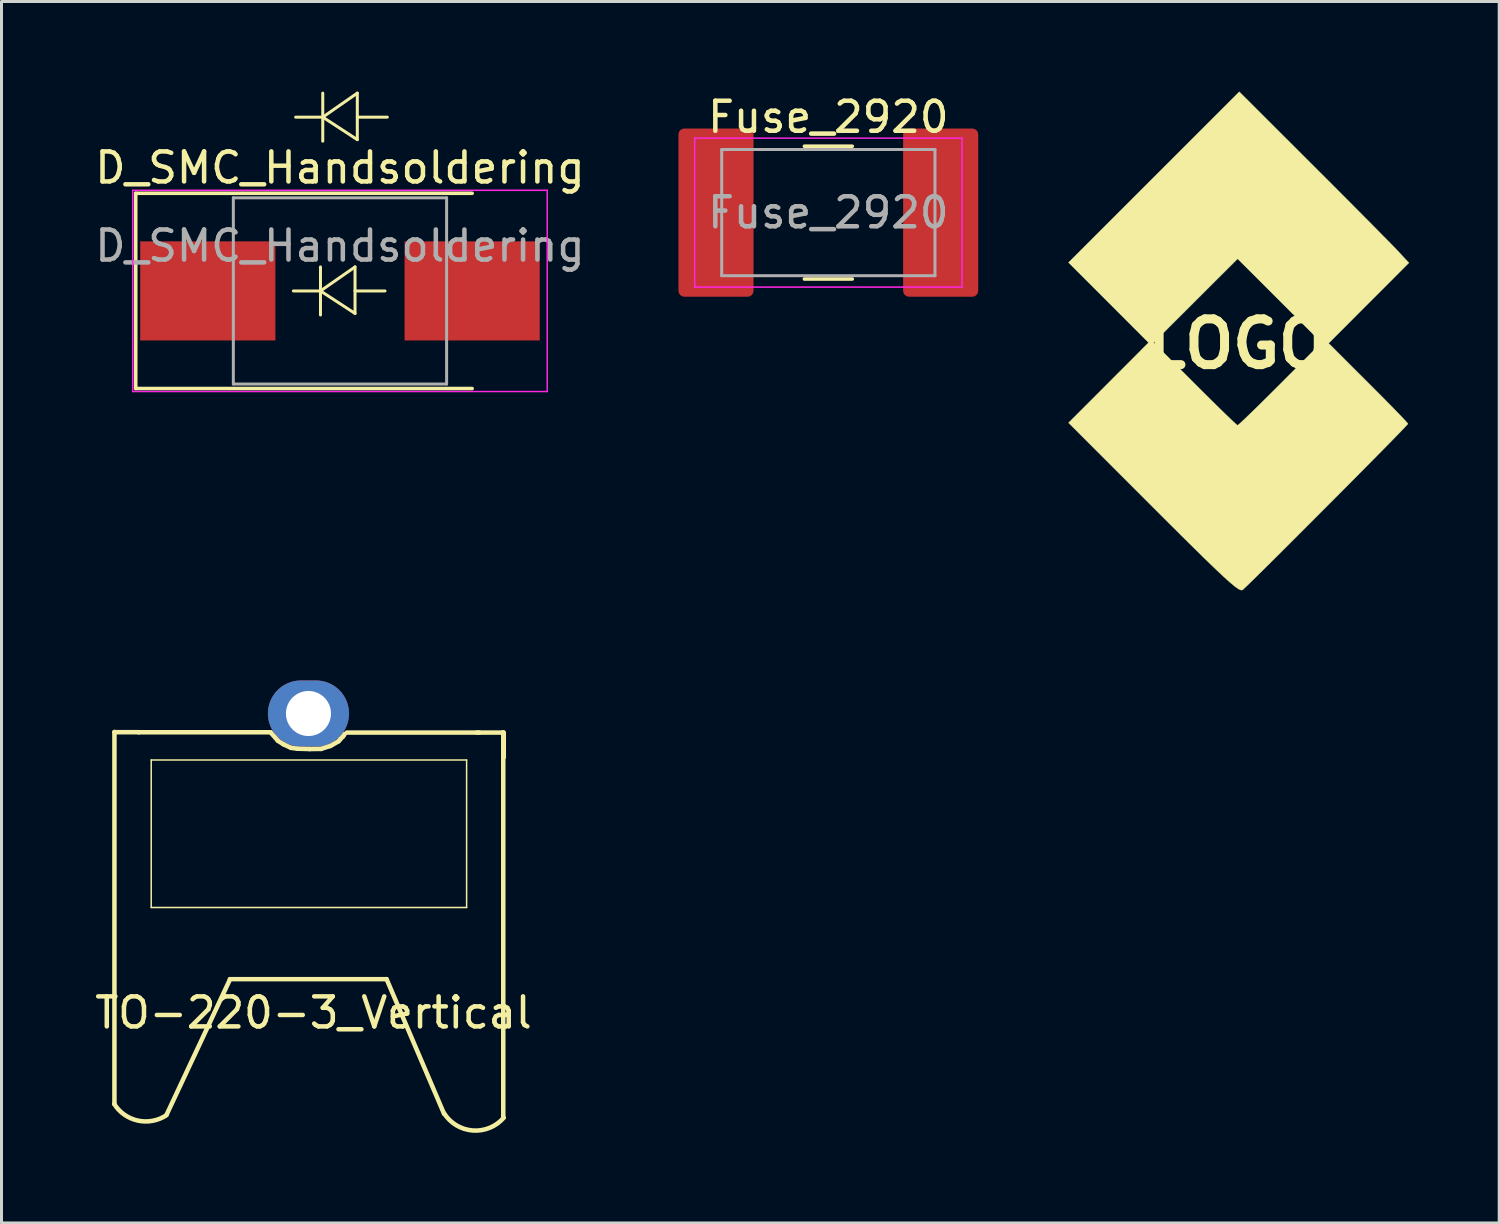
<source format=kicad_pcb>
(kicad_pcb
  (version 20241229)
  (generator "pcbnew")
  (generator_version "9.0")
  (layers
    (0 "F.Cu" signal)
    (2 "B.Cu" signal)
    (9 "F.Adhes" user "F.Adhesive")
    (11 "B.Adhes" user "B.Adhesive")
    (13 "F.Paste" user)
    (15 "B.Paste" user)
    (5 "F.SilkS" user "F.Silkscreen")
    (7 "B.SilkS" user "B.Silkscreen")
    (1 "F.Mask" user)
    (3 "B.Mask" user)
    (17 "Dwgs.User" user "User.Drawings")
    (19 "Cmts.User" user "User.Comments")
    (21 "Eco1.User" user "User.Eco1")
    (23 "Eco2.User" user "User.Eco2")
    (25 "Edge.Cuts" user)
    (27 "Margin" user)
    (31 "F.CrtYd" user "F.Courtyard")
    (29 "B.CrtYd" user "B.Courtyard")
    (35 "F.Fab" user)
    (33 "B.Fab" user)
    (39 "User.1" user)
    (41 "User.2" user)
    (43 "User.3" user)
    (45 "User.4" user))
  (footprint "TO-220-3_Vertical"
    (layer "F.Cu")
    (at 7.229 25.656)
    (property "Reference" "TO-220-3_Vertical" (at 0.157 5.009 0) (layer "F.SilkS") (effects (font (size 1 1) (thickness 0.15))))
    (attr through_hole)
    (fp_line (start -6.469 8.047) (end -6.469 -4.339) (stroke (width 0.15) (type solid)) (layer "F.SilkS"))
    (fp_line (start -5.664 -4.328) (end -1.275 -4.328) (stroke (width 0.15) (type solid)) (layer "F.SilkS"))
    (fp_line (start -5.654 -4.331) (end -6.472 -4.331) (stroke (width 0.15) (type solid)) (layer "F.SilkS"))
    (fp_line (start -5.245 -3.405) (end -5.245 1.505) (stroke (width 0.05) (type solid)) (layer "F.SilkS"))
    (fp_line (start -5.245 1.505) (end 5.255 1.505) (stroke (width 0.05) (type solid)) (layer "F.SilkS"))
    (fp_line (start -4.735 8.407) (end -2.621 3.896) (stroke (width 0.15) (type solid)) (layer "F.SilkS"))
    (fp_line (start -1.275 -4.328) (end -1.026 -4.044) (stroke (width 0.15) (type solid)) (layer "F.SilkS"))
    (fp_line (start -1.026 -4.044) (end -0.843 -3.927) (stroke (width 0.15) (type solid)) (layer "F.SilkS"))
    (fp_line (start -0.843 -3.927) (end -0.594 -3.81) (stroke (width 0.15) (type solid)) (layer "F.SilkS"))
    (fp_line (start -0.594 -3.81) (end -0.376 -3.78) (stroke (width 0.15) (type solid)) (layer "F.SilkS"))
    (fp_line (start -0.376 -3.78) (end 0.025 -3.769) (stroke (width 0.15) (type solid)) (layer "F.SilkS"))
    (fp_line (start 0.025 -3.769) (end 0.411 -3.774) (stroke (width 0.15) (type solid)) (layer "F.SilkS"))
    (fp_line (start 0.411 -3.774) (end 0.711 -3.871) (stroke (width 0.15) (type solid)) (layer "F.SilkS"))
    (fp_line (start 0.721 -3.871) (end 0.991 -4.028) (stroke (width 0.15) (type solid)) (layer "F.SilkS"))
    (fp_line (start 0.991 -4.028) (end 1.052 -4.1) (stroke (width 0.15) (type solid)) (layer "F.SilkS"))
    (fp_line (start 1.052 -4.1) (end 1.143 -4.191) (stroke (width 0.15) (type solid)) (layer "F.SilkS"))
    (fp_line (start 1.143 -4.191) (end 1.194 -4.267) (stroke (width 0.15) (type solid)) (layer "F.SilkS"))
    (fp_line (start 2.591 3.891) (end -2.626 3.891) (stroke (width 0.15) (type solid)) (layer "F.SilkS"))
    (fp_line (start 4.506 8.377) (end 2.591 3.891) (stroke (width 0.15) (type solid)) (layer "F.SilkS"))
    (fp_line (start 5.255 -3.405) (end -5.245 -3.405) (stroke (width 0.05) (type solid)) (layer "F.SilkS"))
    (fp_line (start 5.255 1.505) (end 5.255 -3.405) (stroke (width 0.05) (type solid)) (layer "F.SilkS"))
    (fp_line (start 5.598 -4.318) (end 6.482 -4.318) (stroke (width 0.15) (type solid)) (layer "F.SilkS"))
    (fp_line (start 5.674 -4.318) (end 1.265 -4.318) (stroke (width 0.15) (type solid)) (layer "F.SilkS"))
    (fp_line (start 6.458 -4.318) (end 6.448 -4.308) (stroke (width 0.15) (type solid)) (layer "F.SilkS"))
    (fp_line (start 6.475 -4.321) (end 6.475 8.504) (stroke (width 0.15) (type solid)) (layer "F.SilkS"))
    (fp_line (start 6.492 -3.495) (end 6.492 -4.313) (stroke (width 0.15) (type solid)) (layer "F.SilkS"))
    (fp_arc (start -4.740167 8.421843) (mid -5.687587 8.600069) (end -6.477 8.04672) (stroke (width 0.15) (type solid)) (layer "F.SilkS"))
    (fp_arc (start 6.491643 8.503404) (mid 5.457977 8.929257) (end 4.50088 8.35152) (stroke (width 0.15) (type solid)) (layer "F.SilkS"))
    (pad "2" thru_hole oval (at -0.01 -4.953) (size 2.7 2.2) (drill 1.5) (layers "*.Cu" "*.Mask")))
  (footprint "D_SMC_Handsoldering"
    (layer "F.Cu")
    (at 8.268 6.635)
    (property "Reference" "D_SMC_Handsoldering" (at 0 -4.1 0) (layer "F.SilkS") (effects (font (size 1 1) (thickness 0.15))))
    (attr smd)
    (fp_line (start -6.8 -3.25) (end 4.4 -3.25) (stroke (width 0.12) (type solid)) (layer "F.SilkS"))
    (fp_line (start -6.8 3.25) (end -6.8 -3.25) (stroke (width 0.12) (type solid)) (layer "F.SilkS"))
    (fp_line (start -6.8 3.25) (end 4.4 3.25) (stroke (width 0.12) (type solid)) (layer "F.SilkS"))
    (fp_line (start -0.649 -0.799) (end -0.649 0.801) (stroke (width 0.1) (type solid)) (layer "F.SilkS"))
    (fp_line (start -0.649 0.001) (end -1.551 0.001) (stroke (width 0.1) (type solid)) (layer "F.SilkS"))
    (fp_line (start -0.649 0.001) (end 0.501 -0.799) (stroke (width 0.1) (type solid)) (layer "F.SilkS"))
    (fp_line (start -0.649 0.001) (end 0.501 0.75) (stroke (width 0.1) (type solid)) (layer "F.SilkS"))
    (fp_line (start -0.573 -6.585) (end -0.573 -4.985) (stroke (width 0.1) (type solid)) (layer "F.SilkS"))
    (fp_line (start -0.573 -5.785) (end -1.475 -5.785) (stroke (width 0.1) (type solid)) (layer "F.SilkS"))
    (fp_line (start -0.573 -5.785) (end 0.577 -6.585) (stroke (width 0.1) (type solid)) (layer "F.SilkS"))
    (fp_line (start -0.573 -5.785) (end 0.577 -5.036) (stroke (width 0.1) (type solid)) (layer "F.SilkS"))
    (fp_line (start 0.501 0.001) (end 1.499 0.001) (stroke (width 0.1) (type solid)) (layer "F.SilkS"))
    (fp_line (start 0.501 0.75) (end 0.501 -0.799) (stroke (width 0.1) (type solid)) (layer "F.SilkS"))
    (fp_line (start 0.577 -5.785) (end 1.576 -5.785) (stroke (width 0.1) (type solid)) (layer "F.SilkS"))
    (fp_line (start 0.577 -5.036) (end 0.577 -6.585) (stroke (width 0.1) (type solid)) (layer "F.SilkS"))
    (fp_line (start -6.9 -3.35) (end 6.9 -3.35) (stroke (width 0.05) (type solid)) (layer "F.CrtYd"))
    (fp_line (start -6.9 3.35) (end -6.9 -3.35) (stroke (width 0.05) (type solid)) (layer "F.CrtYd"))
    (fp_line (start 6.9 -3.35) (end 6.9 3.35) (stroke (width 0.05) (type solid)) (layer "F.CrtYd"))
    (fp_line (start 6.9 3.35) (end -6.9 3.35) (stroke (width 0.05) (type solid)) (layer "F.CrtYd"))
    (fp_line (start -3.55 3.1) (end -3.55 -3.1) (stroke (width 0.1) (type solid)) (layer "F.Fab"))
    (fp_line (start 3.55 -3.1) (end -3.55 -3.1) (stroke (width 0.1) (type solid)) (layer "F.Fab"))
    (fp_line (start 3.55 -3.1) (end 3.55 3.1) (stroke (width 0.1) (type solid)) (layer "F.Fab"))
    (fp_line (start 3.55 3.1) (end -3.55 3.1) (stroke (width 0.1) (type solid)) (layer "F.Fab"))
    (fp_text user "${REFERENCE}" (at 0 -1.5 0) (layer "F.Fab") (effects (font (size 1 1) (thickness 0.15))))
    (pad "1" smd rect (at -4.4 0 90) (size 3.3 4.5) (layers "F.Cu" "F.Mask" "F.Paste"))
    (pad "2" smd rect (at 4.4 0 90) (size 3.3 4.5) (layers "F.Cu" "F.Mask" "F.Paste")))
  (footprint "LOGO"
    (layer "F.Cu")
    (at 38.151 8.4)
    (property "Reference" "LOGO" (at 0 0 0) (layer "F.SilkS") (effects (font (size 1.524 1.524) (thickness 0.3))))
    (attr through_hole)
    (fp_poly (pts (xy 2.482 -5.973) (xy 3.028 -5.428) (xy 3.551 -4.904) (xy 4.035 -4.417) (xy 4.466 -3.983) (xy 4.827 -3.617) (xy 5.104 -3.336) (xy 5.28 -3.154) (xy 5.306 -3.126) (xy 5.704 -2.7) (xy 3.03 -0.022) (xy 4.351 1.297) (xy 4.735 1.682) (xy 5.076 2.026) (xy 5.355 2.313) (xy 5.556 2.524) (xy 5.661 2.641) (xy 5.673 2.658) (xy 5.615 2.724) (xy 5.452 2.895) (xy 5.198 3.156) (xy 4.867 3.494) (xy 4.474 3.892) (xy 4.033 4.338) (xy 3.559 4.816) (xy 3.066 5.311) (xy 2.568 5.81) (xy 2.081 6.298) (xy 1.619 6.76) (xy 1.195 7.182) (xy 0.825 7.549) (xy 0.523 7.846) (xy 0.303 8.06) (xy 0.18 8.176) (xy 0.165 8.188) (xy 0.119 8.197) (xy 0.042 8.166) (xy -0.076 8.086) (xy -0.244 7.947) (xy -0.474 7.741) (xy -0.773 7.458) (xy -1.153 7.09) (xy -1.623 6.627) (xy -2.193 6.061) (xy -2.797 5.458) (xy -5.629 2.625) (xy -4.296 1.291) (xy -2.964 -0.044) (xy -2.965 -0.044) (xy -2.794 -0.044) (xy -1.419 1.333) (xy -1.025 1.725) (xy -0.672 2.074) (xy -0.376 2.362) (xy -0.155 2.574) (xy -0.026 2.691) (xy 0 2.709) (xy 0.07 2.652) (xy 0.242 2.491) (xy 0.498 2.244) (xy 0.821 1.927) (xy 1.195 1.557) (xy 1.419 1.333) (xy 2.794 -0.044) (xy -0.000001 -2.834) (xy -1.397 -1.439) (xy -2.794 -0.044) (xy -2.965 -0.044) (xy -4.297 -1.377) (xy -5.63 -2.71) (xy -2.787 -5.553) (xy 0.056 -8.395) (xy 2.482 -5.973)) (stroke (width 0.01) (type solid)) (fill yes) (layer "F.SilkS")))
  (footprint "Fuse_2920"
    (layer "F.Cu")
    (at 24.526 4.028)
    (property "Reference" "Fuse_2920" (at 0 -3.18 0) (layer "F.SilkS") (effects (font (size 1 1) (thickness 0.15))))
    (attr smd)
    (fp_line (start -0.797 -2.21) (end 0.797 -2.21) (stroke (width 0.12) (type solid)) (layer "F.SilkS"))
    (fp_line (start -0.797 2.21) (end 0.797 2.21) (stroke (width 0.12) (type solid)) (layer "F.SilkS"))
    (fp_line (start -4.45 -2.48) (end 4.45 -2.48) (stroke (width 0.05) (type solid)) (layer "F.CrtYd"))
    (fp_line (start -4.45 2.48) (end -4.45 -2.48) (stroke (width 0.05) (type solid)) (layer "F.CrtYd"))
    (fp_line (start 4.45 -2.48) (end 4.45 2.48) (stroke (width 0.05) (type solid)) (layer "F.CrtYd"))
    (fp_line (start 4.45 2.48) (end -4.45 2.48) (stroke (width 0.05) (type solid)) (layer "F.CrtYd"))
    (fp_line (start -3.55 -2.1) (end 3.55 -2.1) (stroke (width 0.1) (type solid)) (layer "F.Fab"))
    (fp_line (start -3.55 2.1) (end -3.55 -2.1) (stroke (width 0.1) (type solid)) (layer "F.Fab"))
    (fp_line (start 3.55 -2.1) (end 3.55 2.1) (stroke (width 0.1) (type solid)) (layer "F.Fab"))
    (fp_line (start 3.55 2.1) (end -3.55 2.1) (stroke (width 0.1) (type solid)) (layer "F.Fab"))
    (fp_text user "${REFERENCE}" (at 0 0 0) (layer "F.Fab") (effects (font (size 1 1) (thickness 0.15))))
    (pad "1" smd roundrect (at -3.74 0) (size 2.5 5.6) (layers "F.Cu" "F.Mask" "F.Paste") (roundrect_rratio 0.078))
    (pad "2" smd roundrect (at 3.74 0) (size 2.5 5.6) (layers "F.Cu" "F.Mask" "F.Paste") (roundrect_rratio 0.078)))
  (gr_rect
    (start -3 -3)
    (end 46.86 37.664)
    (stroke (width 0.1) (type default))
    (fill no)
    (layer "Edge.Cuts")))
</source>
